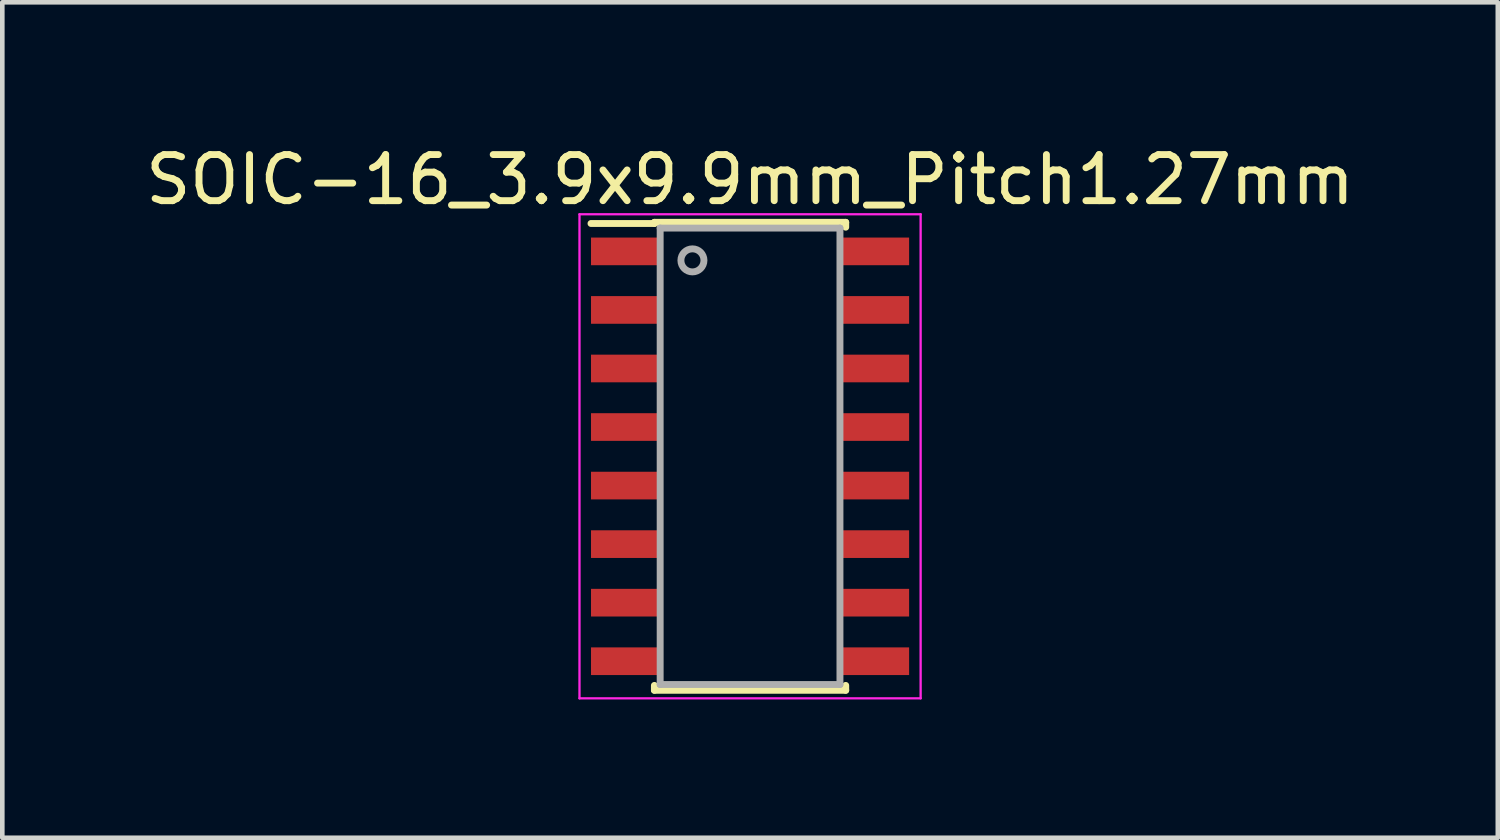
<source format=kicad_pcb>
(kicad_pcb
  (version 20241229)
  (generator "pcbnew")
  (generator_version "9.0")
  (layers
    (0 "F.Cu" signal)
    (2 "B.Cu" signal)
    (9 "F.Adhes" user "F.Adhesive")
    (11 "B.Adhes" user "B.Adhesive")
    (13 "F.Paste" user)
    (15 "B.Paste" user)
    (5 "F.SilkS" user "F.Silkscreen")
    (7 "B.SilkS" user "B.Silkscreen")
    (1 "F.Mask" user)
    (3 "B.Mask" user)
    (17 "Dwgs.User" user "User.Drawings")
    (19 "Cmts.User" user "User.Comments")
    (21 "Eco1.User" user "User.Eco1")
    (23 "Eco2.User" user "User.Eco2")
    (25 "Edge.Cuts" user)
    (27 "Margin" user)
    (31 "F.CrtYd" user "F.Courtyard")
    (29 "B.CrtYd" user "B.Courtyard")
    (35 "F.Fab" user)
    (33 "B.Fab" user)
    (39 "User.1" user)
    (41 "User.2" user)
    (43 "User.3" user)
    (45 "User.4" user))
  (footprint "SOIC-16_3.9x9.9mm_Pitch1.27mm"
    (layer "F.Cu")
    (at 13.22 6.848)
    (property "Reference" "SOIC-16_3.9x9.9mm_Pitch1.27mm" (at 0 -6 0) (layer "F.SilkS") (effects (font (size 1 1) (thickness 0.15))))
    (attr smd)
    (fp_line (start -2.075 -5.075) (end -2.075 -5.05) (stroke (width 0.15) (type solid)) (layer "F.SilkS"))
    (fp_line (start -2.075 -5.075) (end 2.075 -5.075) (stroke (width 0.15) (type solid)) (layer "F.SilkS"))
    (fp_line (start -2.075 -5.05) (end -3.45 -5.05) (stroke (width 0.15) (type solid)) (layer "F.SilkS"))
    (fp_line (start -2.075 5.075) (end -2.075 4.97) (stroke (width 0.15) (type solid)) (layer "F.SilkS"))
    (fp_line (start -2.075 5.075) (end 2.075 5.075) (stroke (width 0.15) (type solid)) (layer "F.SilkS"))
    (fp_line (start 2.075 -5.075) (end 2.075 -4.97) (stroke (width 0.15) (type solid)) (layer "F.SilkS"))
    (fp_line (start 2.075 5.075) (end 2.075 4.97) (stroke (width 0.15) (type solid)) (layer "F.SilkS"))
    (fp_line (start -3.7 -5.25) (end -3.7 5.25) (stroke (width 0.05) (type solid)) (layer "F.CrtYd"))
    (fp_line (start -3.7 -5.25) (end 3.7 -5.25) (stroke (width 0.05) (type solid)) (layer "F.CrtYd"))
    (fp_line (start -3.7 5.25) (end 3.7 5.25) (stroke (width 0.05) (type solid)) (layer "F.CrtYd"))
    (fp_line (start 3.7 -5.25) (end 3.7 5.25) (stroke (width 0.05) (type solid)) (layer "F.CrtYd"))
    (fp_line (start -1.95 -4.95) (end -1.95 4.95) (stroke (width 0.15) (type solid)) (layer "F.Fab"))
    (fp_line (start -1.95 4.95) (end 1.95 4.95) (stroke (width 0.15) (type solid)) (layer "F.Fab"))
    (fp_line (start 1.95 -4.95) (end -1.95 -4.95) (stroke (width 0.15) (type solid)) (layer "F.Fab"))
    (fp_line (start 1.95 4.95) (end 1.95 -4.95) (stroke (width 0.15) (type solid)) (layer "F.Fab"))
    (fp_circle (center -1.25 -4.25) (end -1.5 -4.25) (stroke (width 0.15) (type solid)) (fill no) (layer "F.Fab"))
    (pad "1" smd rect (at -2.7 -4.445) (size 1.5 0.6) (layers "F.Cu" "F.Mask" "F.Paste"))
    (pad "2" smd rect (at -2.7 -3.175) (size 1.5 0.6) (layers "F.Cu" "F.Mask" "F.Paste"))
    (pad "3" smd rect (at -2.7 -1.905) (size 1.5 0.6) (layers "F.Cu" "F.Mask" "F.Paste"))
    (pad "4" smd rect (at -2.7 -0.635) (size 1.5 0.6) (layers "F.Cu" "F.Mask" "F.Paste"))
    (pad "5" smd rect (at -2.7 0.635) (size 1.5 0.6) (layers "F.Cu" "F.Mask" "F.Paste"))
    (pad "6" smd rect (at -2.7 1.905) (size 1.5 0.6) (layers "F.Cu" "F.Mask" "F.Paste"))
    (pad "7" smd rect (at -2.7 3.175) (size 1.5 0.6) (layers "F.Cu" "F.Mask" "F.Paste"))
    (pad "8" smd rect (at -2.7 4.445) (size 1.5 0.6) (layers "F.Cu" "F.Mask" "F.Paste"))
    (pad "9" smd rect (at 2.7 4.445) (size 1.5 0.6) (layers "F.Cu" "F.Mask" "F.Paste"))
    (pad "10" smd rect (at 2.7 3.175) (size 1.5 0.6) (layers "F.Cu" "F.Mask" "F.Paste"))
    (pad "11" smd rect (at 2.7 1.905) (size 1.5 0.6) (layers "F.Cu" "F.Mask" "F.Paste"))
    (pad "12" smd rect (at 2.7 0.635) (size 1.5 0.6) (layers "F.Cu" "F.Mask" "F.Paste"))
    (pad "13" smd rect (at 2.7 -0.635) (size 1.5 0.6) (layers "F.Cu" "F.Mask" "F.Paste"))
    (pad "14" smd rect (at 2.7 -1.905) (size 1.5 0.6) (layers "F.Cu" "F.Mask" "F.Paste"))
    (pad "15" smd rect (at 2.7 -3.175) (size 1.5 0.6) (layers "F.Cu" "F.Mask" "F.Paste"))
    (pad "16" smd rect (at 2.7 -4.445) (size 1.5 0.6) (layers "F.Cu" "F.Mask" "F.Paste")))
  (gr_rect
    (start -3 -3)
    (end 29.44 15.123)
    (stroke (width 0.1) (type default))
    (fill no)
    (layer "Edge.Cuts")))
</source>
